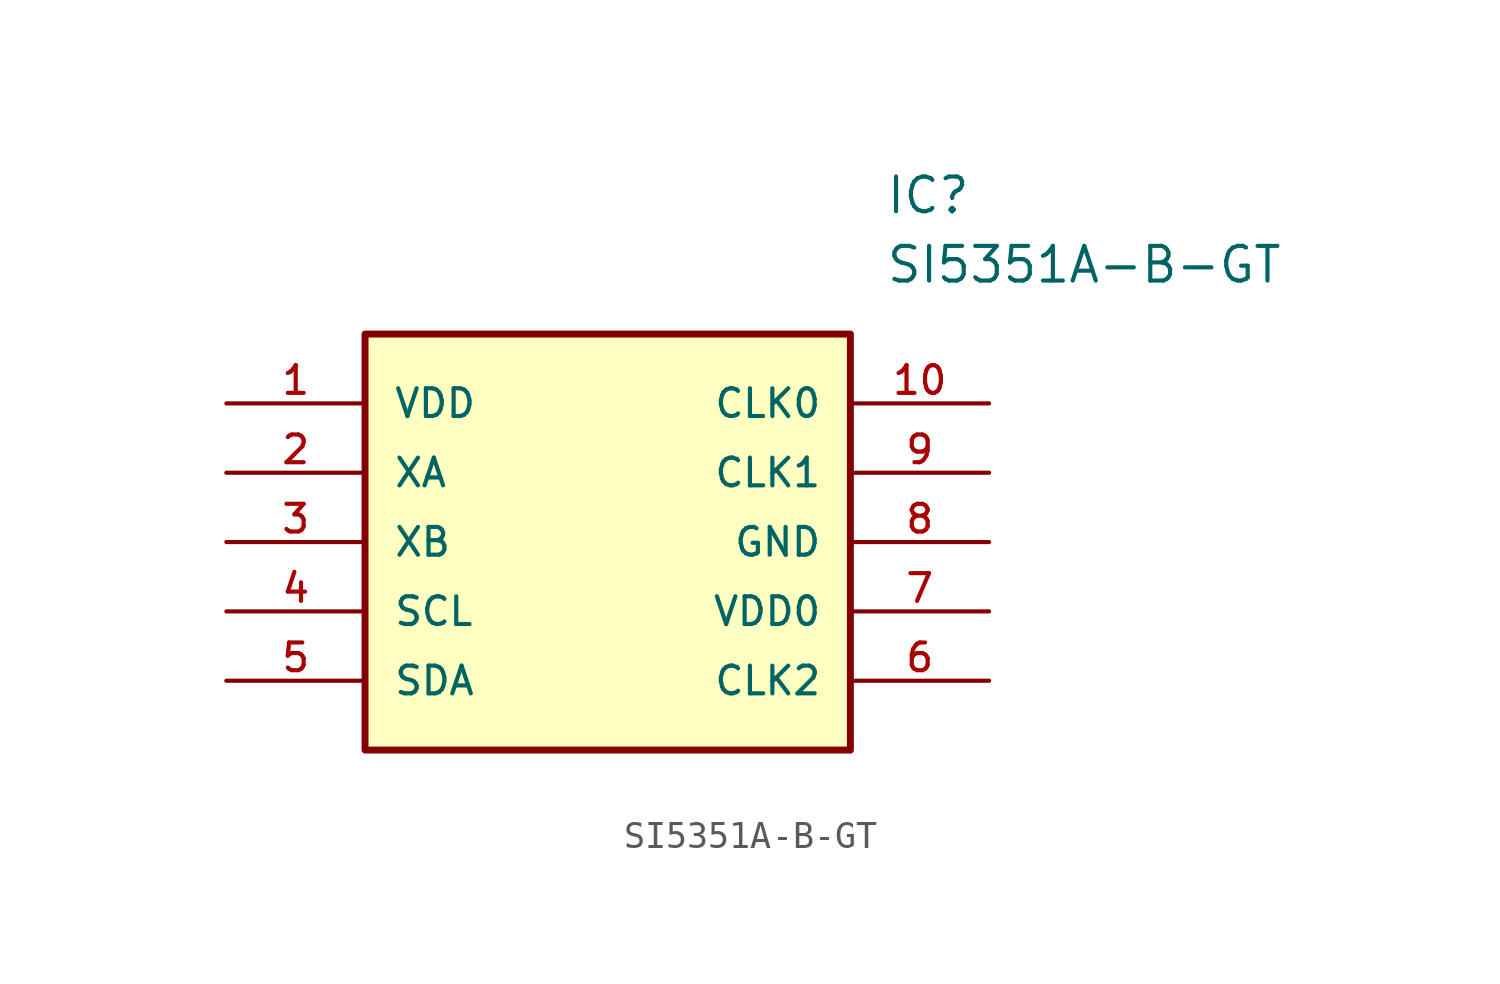
<source format=kicad_sym>
(kicad_symbol_lib
  (version 20211014)
  (generator kicad_symbol_editor)
  (symbol "SI5351A-B-GT"
    (pin_names
      (offset 1.016))
    (property "Reference" "IC"
      (at 24.13 7.62 0)
      (effects (font (size 1.27 1.27)) (justify left)))
    (property "Value" "SI5351A-B-GT"
      (at 24.13 5.08 0)
      (effects (font (size 1.27 1.27)) (justify left)))
    (symbol "SI5351A-B-GT_0_0"
      (rectangle (start 5.08 -12.7) (end 22.86 2.54) (stroke (width 0.254)) (fill (type background)))
      (pin power_in line (at 0.0 0.0 0) (length 5.08) (name "VDD" (effects (font (size 1.016 1.016)))) (number "1" (effects (font (size 1.016 1.016)))))
      (pin bidirectional line (at 0.0 -2.54 0) (length 5.08) (name "XA" (effects (font (size 1.016 1.016)))) (number "2" (effects (font (size 1.016 1.016)))))
      (pin bidirectional line (at 0.0 -5.08 0) (length 5.08) (name "XB" (effects (font (size 1.016 1.016)))) (number "3" (effects (font (size 1.016 1.016)))))
      (pin bidirectional line (at 0.0 -7.62 0) (length 5.08) (name "SCL" (effects (font (size 1.016 1.016)))) (number "4" (effects (font (size 1.016 1.016)))))
      (pin bidirectional line (at 0.0 -10.16 0) (length 5.08) (name "SDA" (effects (font (size 1.016 1.016)))) (number "5" (effects (font (size 1.016 1.016)))))
      (pin bidirectional line (at 27.94 0.0 180.0) (length 5.08) (name "CLK0" (effects (font (size 1.016 1.016)))) (number "10" (effects (font (size 1.016 1.016)))))
      (pin bidirectional line (at 27.94 -2.54 180.0) (length 5.08) (name "CLK1" (effects (font (size 1.016 1.016)))) (number "9" (effects (font (size 1.016 1.016)))))
      (pin power_in line (at 27.94 -5.08 180.0) (length 5.08) (name "GND" (effects (font (size 1.016 1.016)))) (number "8" (effects (font (size 1.016 1.016)))))
      (pin bidirectional line (at 27.94 -7.62 180.0) (length 5.08) (name "VDD0" (effects (font (size 1.016 1.016)))) (number "7" (effects (font (size 1.016 1.016)))))
      (pin bidirectional line (at 27.94 -10.16 180.0) (length 5.08) (name "CLK2" (effects (font (size 1.016 1.016)))) (number "6" (effects (font (size 1.016 1.016))))))))
</source>
